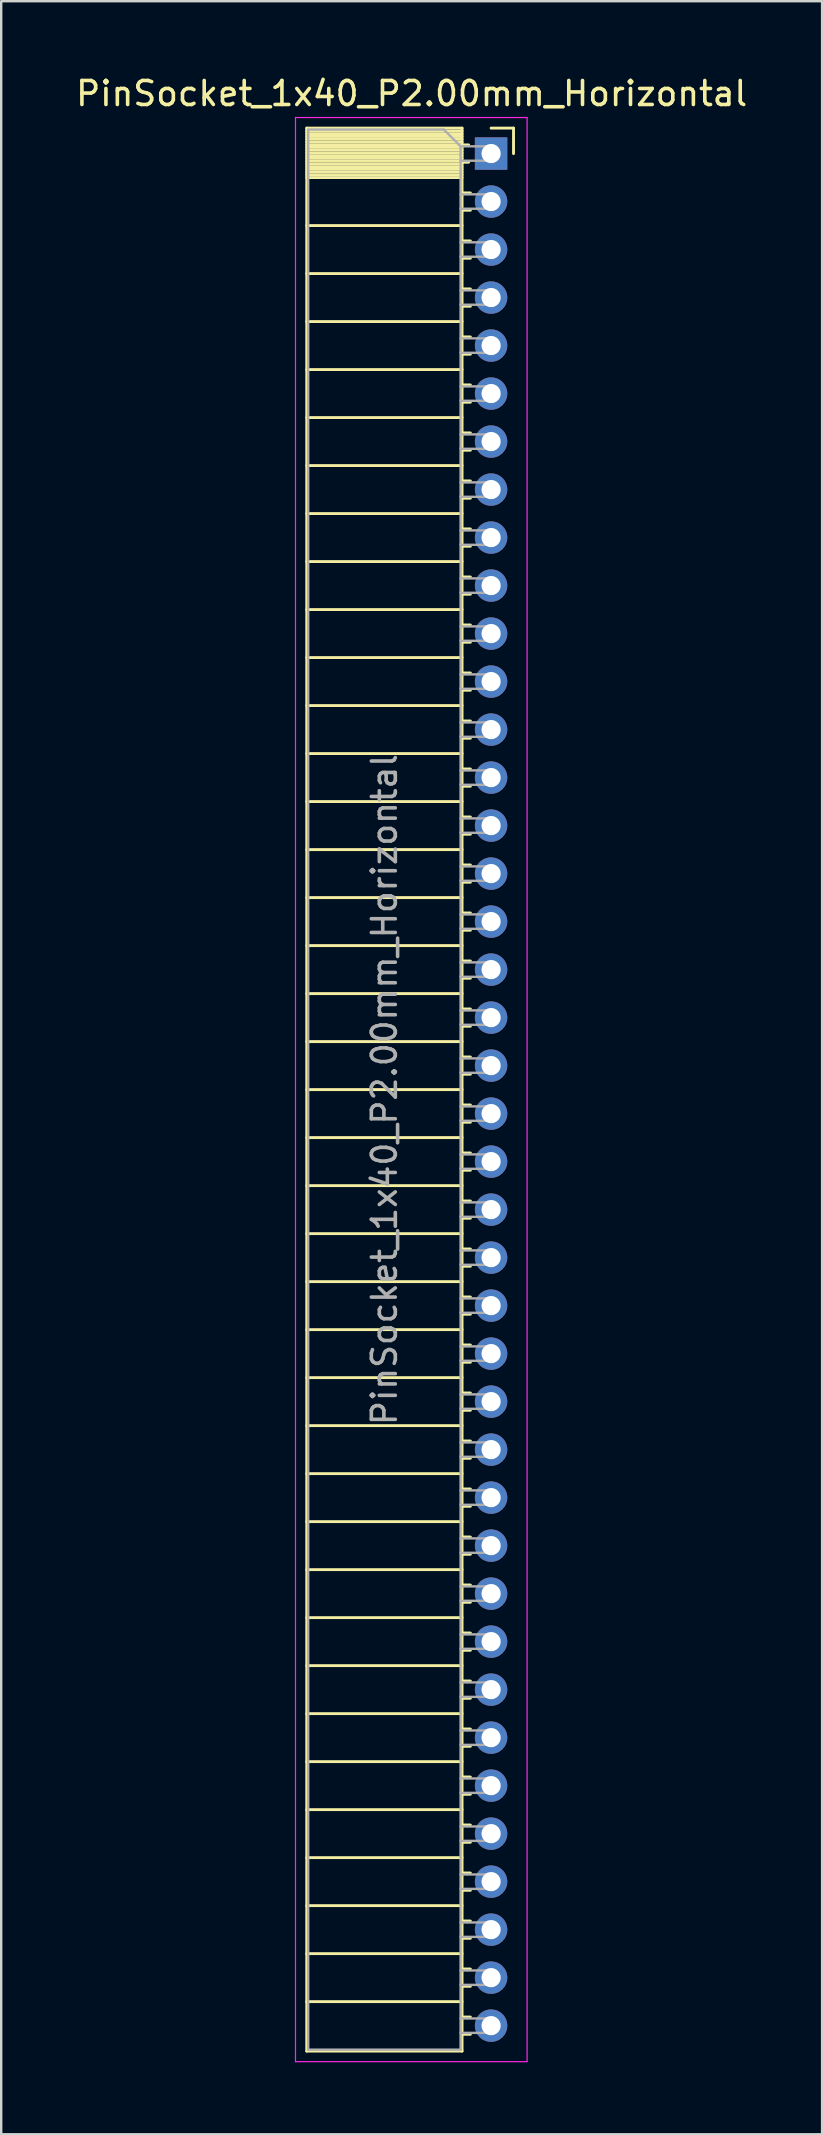
<source format=kicad_pcb>
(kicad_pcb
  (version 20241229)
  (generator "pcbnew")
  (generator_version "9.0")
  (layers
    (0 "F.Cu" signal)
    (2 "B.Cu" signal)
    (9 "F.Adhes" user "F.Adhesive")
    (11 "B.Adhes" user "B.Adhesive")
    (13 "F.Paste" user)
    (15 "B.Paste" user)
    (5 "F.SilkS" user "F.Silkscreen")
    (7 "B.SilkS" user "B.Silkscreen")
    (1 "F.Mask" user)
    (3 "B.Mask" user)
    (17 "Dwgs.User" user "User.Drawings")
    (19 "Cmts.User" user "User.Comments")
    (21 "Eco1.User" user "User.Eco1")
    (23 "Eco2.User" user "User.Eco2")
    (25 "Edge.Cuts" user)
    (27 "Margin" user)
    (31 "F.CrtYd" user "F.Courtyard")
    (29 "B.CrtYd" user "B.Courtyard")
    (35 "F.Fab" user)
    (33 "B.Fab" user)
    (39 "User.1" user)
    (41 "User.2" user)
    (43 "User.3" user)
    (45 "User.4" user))
  (footprint "PinSocket_1x40_P2.00mm_Horizontal"
    (layer "F.Cu")
    (at 17.411 3.348)
    (property "Reference" "PinSocket_1x40_P2.00mm_Horizontal" (at -3.31 -2.5 0) (layer "F.SilkS") (effects (font (size 1 1) (thickness 0.15))))
    (attr through_hole)
    (fp_line (start -7.68 -1.06) (end -7.68 79.06) (stroke (width 0.12) (type solid)) (layer "F.SilkS"))
    (fp_line (start -7.68 -1.06) (end -1.21 -1.06) (stroke (width 0.12) (type solid)) (layer "F.SilkS"))
    (fp_line (start -7.68 -0.94) (end -1.21 -0.94) (stroke (width 0.12) (type solid)) (layer "F.SilkS"))
    (fp_line (start -7.68 -0.826) (end -1.21 -0.826) (stroke (width 0.12) (type solid)) (layer "F.SilkS"))
    (fp_line (start -7.68 -0.712) (end -1.21 -0.712) (stroke (width 0.12) (type solid)) (layer "F.SilkS"))
    (fp_line (start -7.68 -0.598) (end -1.21 -0.598) (stroke (width 0.12) (type solid)) (layer "F.SilkS"))
    (fp_line (start -7.68 -0.484) (end -1.21 -0.484) (stroke (width 0.12) (type solid)) (layer "F.SilkS"))
    (fp_line (start -7.68 -0.369) (end -1.21 -0.369) (stroke (width 0.12) (type solid)) (layer "F.SilkS"))
    (fp_line (start -7.68 -0.255) (end -1.21 -0.255) (stroke (width 0.12) (type solid)) (layer "F.SilkS"))
    (fp_line (start -7.68 -0.141) (end -1.21 -0.141) (stroke (width 0.12) (type solid)) (layer "F.SilkS"))
    (fp_line (start -7.68 -0.027) (end -1.21 -0.027) (stroke (width 0.12) (type solid)) (layer "F.SilkS"))
    (fp_line (start -7.68 0.087) (end -1.21 0.087) (stroke (width 0.12) (type solid)) (layer "F.SilkS"))
    (fp_line (start -7.68 0.201) (end -1.21 0.201) (stroke (width 0.12) (type solid)) (layer "F.SilkS"))
    (fp_line (start -7.68 0.315) (end -1.21 0.315) (stroke (width 0.12) (type solid)) (layer "F.SilkS"))
    (fp_line (start -7.68 0.429) (end -1.21 0.429) (stroke (width 0.12) (type solid)) (layer "F.SilkS"))
    (fp_line (start -7.68 0.544) (end -1.21 0.544) (stroke (width 0.12) (type solid)) (layer "F.SilkS"))
    (fp_line (start -7.68 0.658) (end -1.21 0.658) (stroke (width 0.12) (type solid)) (layer "F.SilkS"))
    (fp_line (start -7.68 0.772) (end -1.21 0.772) (stroke (width 0.12) (type solid)) (layer "F.SilkS"))
    (fp_line (start -7.68 0.886) (end -1.21 0.886) (stroke (width 0.12) (type solid)) (layer "F.SilkS"))
    (fp_line (start -7.68 1) (end -1.21 1) (stroke (width 0.12) (type solid)) (layer "F.SilkS"))
    (fp_line (start -7.68 3) (end -1.21 3) (stroke (width 0.12) (type solid)) (layer "F.SilkS"))
    (fp_line (start -7.68 5) (end -1.21 5) (stroke (width 0.12) (type solid)) (layer "F.SilkS"))
    (fp_line (start -7.68 7) (end -1.21 7) (stroke (width 0.12) (type solid)) (layer "F.SilkS"))
    (fp_line (start -7.68 9) (end -1.21 9) (stroke (width 0.12) (type solid)) (layer "F.SilkS"))
    (fp_line (start -7.68 11) (end -1.21 11) (stroke (width 0.12) (type solid)) (layer "F.SilkS"))
    (fp_line (start -7.68 13) (end -1.21 13) (stroke (width 0.12) (type solid)) (layer "F.SilkS"))
    (fp_line (start -7.68 15) (end -1.21 15) (stroke (width 0.12) (type solid)) (layer "F.SilkS"))
    (fp_line (start -7.68 17) (end -1.21 17) (stroke (width 0.12) (type solid)) (layer "F.SilkS"))
    (fp_line (start -7.68 19) (end -1.21 19) (stroke (width 0.12) (type solid)) (layer "F.SilkS"))
    (fp_line (start -7.68 21) (end -1.21 21) (stroke (width 0.12) (type solid)) (layer "F.SilkS"))
    (fp_line (start -7.68 23) (end -1.21 23) (stroke (width 0.12) (type solid)) (layer "F.SilkS"))
    (fp_line (start -7.68 25) (end -1.21 25) (stroke (width 0.12) (type solid)) (layer "F.SilkS"))
    (fp_line (start -7.68 27) (end -1.21 27) (stroke (width 0.12) (type solid)) (layer "F.SilkS"))
    (fp_line (start -7.68 29) (end -1.21 29) (stroke (width 0.12) (type solid)) (layer "F.SilkS"))
    (fp_line (start -7.68 31) (end -1.21 31) (stroke (width 0.12) (type solid)) (layer "F.SilkS"))
    (fp_line (start -7.68 33) (end -1.21 33) (stroke (width 0.12) (type solid)) (layer "F.SilkS"))
    (fp_line (start -7.68 35) (end -1.21 35) (stroke (width 0.12) (type solid)) (layer "F.SilkS"))
    (fp_line (start -7.68 37) (end -1.21 37) (stroke (width 0.12) (type solid)) (layer "F.SilkS"))
    (fp_line (start -7.68 39) (end -1.21 39) (stroke (width 0.12) (type solid)) (layer "F.SilkS"))
    (fp_line (start -7.68 41) (end -1.21 41) (stroke (width 0.12) (type solid)) (layer "F.SilkS"))
    (fp_line (start -7.68 43) (end -1.21 43) (stroke (width 0.12) (type solid)) (layer "F.SilkS"))
    (fp_line (start -7.68 45) (end -1.21 45) (stroke (width 0.12) (type solid)) (layer "F.SilkS"))
    (fp_line (start -7.68 47) (end -1.21 47) (stroke (width 0.12) (type solid)) (layer "F.SilkS"))
    (fp_line (start -7.68 49) (end -1.21 49) (stroke (width 0.12) (type solid)) (layer "F.SilkS"))
    (fp_line (start -7.68 51) (end -1.21 51) (stroke (width 0.12) (type solid)) (layer "F.SilkS"))
    (fp_line (start -7.68 53) (end -1.21 53) (stroke (width 0.12) (type solid)) (layer "F.SilkS"))
    (fp_line (start -7.68 55) (end -1.21 55) (stroke (width 0.12) (type solid)) (layer "F.SilkS"))
    (fp_line (start -7.68 57) (end -1.21 57) (stroke (width 0.12) (type solid)) (layer "F.SilkS"))
    (fp_line (start -7.68 59) (end -1.21 59) (stroke (width 0.12) (type solid)) (layer "F.SilkS"))
    (fp_line (start -7.68 61) (end -1.21 61) (stroke (width 0.12) (type solid)) (layer "F.SilkS"))
    (fp_line (start -7.68 63) (end -1.21 63) (stroke (width 0.12) (type solid)) (layer "F.SilkS"))
    (fp_line (start -7.68 65) (end -1.21 65) (stroke (width 0.12) (type solid)) (layer "F.SilkS"))
    (fp_line (start -7.68 67) (end -1.21 67) (stroke (width 0.12) (type solid)) (layer "F.SilkS"))
    (fp_line (start -7.68 69) (end -1.21 69) (stroke (width 0.12) (type solid)) (layer "F.SilkS"))
    (fp_line (start -7.68 71) (end -1.21 71) (stroke (width 0.12) (type solid)) (layer "F.SilkS"))
    (fp_line (start -7.68 73) (end -1.21 73) (stroke (width 0.12) (type solid)) (layer "F.SilkS"))
    (fp_line (start -7.68 75) (end -1.21 75) (stroke (width 0.12) (type solid)) (layer "F.SilkS"))
    (fp_line (start -7.68 77) (end -1.21 77) (stroke (width 0.12) (type solid)) (layer "F.SilkS"))
    (fp_line (start -7.68 79.06) (end -1.21 79.06) (stroke (width 0.12) (type solid)) (layer "F.SilkS"))
    (fp_line (start -1.21 -1.06) (end -1.21 79.06) (stroke (width 0.12) (type solid)) (layer "F.SilkS"))
    (fp_line (start -1.21 -0.36) (end -0.935 -0.36) (stroke (width 0.12) (type solid)) (layer "F.SilkS"))
    (fp_line (start -1.21 0.36) (end -0.935 0.36) (stroke (width 0.12) (type solid)) (layer "F.SilkS"))
    (fp_line (start -1.21 1.64) (end -0.863 1.64) (stroke (width 0.12) (type solid)) (layer "F.SilkS"))
    (fp_line (start -1.21 2.36) (end -0.863 2.36) (stroke (width 0.12) (type solid)) (layer "F.SilkS"))
    (fp_line (start -1.21 3.64) (end -0.863 3.64) (stroke (width 0.12) (type solid)) (layer "F.SilkS"))
    (fp_line (start -1.21 4.36) (end -0.863 4.36) (stroke (width 0.12) (type solid)) (layer "F.SilkS"))
    (fp_line (start -1.21 5.64) (end -0.863 5.64) (stroke (width 0.12) (type solid)) (layer "F.SilkS"))
    (fp_line (start -1.21 6.36) (end -0.863 6.36) (stroke (width 0.12) (type solid)) (layer "F.SilkS"))
    (fp_line (start -1.21 7.64) (end -0.863 7.64) (stroke (width 0.12) (type solid)) (layer "F.SilkS"))
    (fp_line (start -1.21 8.36) (end -0.863 8.36) (stroke (width 0.12) (type solid)) (layer "F.SilkS"))
    (fp_line (start -1.21 9.64) (end -0.863 9.64) (stroke (width 0.12) (type solid)) (layer "F.SilkS"))
    (fp_line (start -1.21 10.36) (end -0.863 10.36) (stroke (width 0.12) (type solid)) (layer "F.SilkS"))
    (fp_line (start -1.21 11.64) (end -0.863 11.64) (stroke (width 0.12) (type solid)) (layer "F.SilkS"))
    (fp_line (start -1.21 12.36) (end -0.863 12.36) (stroke (width 0.12) (type solid)) (layer "F.SilkS"))
    (fp_line (start -1.21 13.64) (end -0.863 13.64) (stroke (width 0.12) (type solid)) (layer "F.SilkS"))
    (fp_line (start -1.21 14.36) (end -0.863 14.36) (stroke (width 0.12) (type solid)) (layer "F.SilkS"))
    (fp_line (start -1.21 15.64) (end -0.863 15.64) (stroke (width 0.12) (type solid)) (layer "F.SilkS"))
    (fp_line (start -1.21 16.36) (end -0.863 16.36) (stroke (width 0.12) (type solid)) (layer "F.SilkS"))
    (fp_line (start -1.21 17.64) (end -0.863 17.64) (stroke (width 0.12) (type solid)) (layer "F.SilkS"))
    (fp_line (start -1.21 18.36) (end -0.863 18.36) (stroke (width 0.12) (type solid)) (layer "F.SilkS"))
    (fp_line (start -1.21 19.64) (end -0.863 19.64) (stroke (width 0.12) (type solid)) (layer "F.SilkS"))
    (fp_line (start -1.21 20.36) (end -0.863 20.36) (stroke (width 0.12) (type solid)) (layer "F.SilkS"))
    (fp_line (start -1.21 21.64) (end -0.863 21.64) (stroke (width 0.12) (type solid)) (layer "F.SilkS"))
    (fp_line (start -1.21 22.36) (end -0.863 22.36) (stroke (width 0.12) (type solid)) (layer "F.SilkS"))
    (fp_line (start -1.21 23.64) (end -0.863 23.64) (stroke (width 0.12) (type solid)) (layer "F.SilkS"))
    (fp_line (start -1.21 24.36) (end -0.863 24.36) (stroke (width 0.12) (type solid)) (layer "F.SilkS"))
    (fp_line (start -1.21 25.64) (end -0.863 25.64) (stroke (width 0.12) (type solid)) (layer "F.SilkS"))
    (fp_line (start -1.21 26.36) (end -0.863 26.36) (stroke (width 0.12) (type solid)) (layer "F.SilkS"))
    (fp_line (start -1.21 27.64) (end -0.863 27.64) (stroke (width 0.12) (type solid)) (layer "F.SilkS"))
    (fp_line (start -1.21 28.36) (end -0.863 28.36) (stroke (width 0.12) (type solid)) (layer "F.SilkS"))
    (fp_line (start -1.21 29.64) (end -0.863 29.64) (stroke (width 0.12) (type solid)) (layer "F.SilkS"))
    (fp_line (start -1.21 30.36) (end -0.863 30.36) (stroke (width 0.12) (type solid)) (layer "F.SilkS"))
    (fp_line (start -1.21 31.64) (end -0.863 31.64) (stroke (width 0.12) (type solid)) (layer "F.SilkS"))
    (fp_line (start -1.21 32.36) (end -0.863 32.36) (stroke (width 0.12) (type solid)) (layer "F.SilkS"))
    (fp_line (start -1.21 33.64) (end -0.863 33.64) (stroke (width 0.12) (type solid)) (layer "F.SilkS"))
    (fp_line (start -1.21 34.36) (end -0.863 34.36) (stroke (width 0.12) (type solid)) (layer "F.SilkS"))
    (fp_line (start -1.21 35.64) (end -0.863 35.64) (stroke (width 0.12) (type solid)) (layer "F.SilkS"))
    (fp_line (start -1.21 36.36) (end -0.863 36.36) (stroke (width 0.12) (type solid)) (layer "F.SilkS"))
    (fp_line (start -1.21 37.64) (end -0.863 37.64) (stroke (width 0.12) (type solid)) (layer "F.SilkS"))
    (fp_line (start -1.21 38.36) (end -0.863 38.36) (stroke (width 0.12) (type solid)) (layer "F.SilkS"))
    (fp_line (start -1.21 39.64) (end -0.863 39.64) (stroke (width 0.12) (type solid)) (layer "F.SilkS"))
    (fp_line (start -1.21 40.36) (end -0.863 40.36) (stroke (width 0.12) (type solid)) (layer "F.SilkS"))
    (fp_line (start -1.21 41.64) (end -0.863 41.64) (stroke (width 0.12) (type solid)) (layer "F.SilkS"))
    (fp_line (start -1.21 42.36) (end -0.863 42.36) (stroke (width 0.12) (type solid)) (layer "F.SilkS"))
    (fp_line (start -1.21 43.64) (end -0.863 43.64) (stroke (width 0.12) (type solid)) (layer "F.SilkS"))
    (fp_line (start -1.21 44.36) (end -0.863 44.36) (stroke (width 0.12) (type solid)) (layer "F.SilkS"))
    (fp_line (start -1.21 45.64) (end -0.863 45.64) (stroke (width 0.12) (type solid)) (layer "F.SilkS"))
    (fp_line (start -1.21 46.36) (end -0.863 46.36) (stroke (width 0.12) (type solid)) (layer "F.SilkS"))
    (fp_line (start -1.21 47.64) (end -0.863 47.64) (stroke (width 0.12) (type solid)) (layer "F.SilkS"))
    (fp_line (start -1.21 48.36) (end -0.863 48.36) (stroke (width 0.12) (type solid)) (layer "F.SilkS"))
    (fp_line (start -1.21 49.64) (end -0.863 49.64) (stroke (width 0.12) (type solid)) (layer "F.SilkS"))
    (fp_line (start -1.21 50.36) (end -0.863 50.36) (stroke (width 0.12) (type solid)) (layer "F.SilkS"))
    (fp_line (start -1.21 51.64) (end -0.863 51.64) (stroke (width 0.12) (type solid)) (layer "F.SilkS"))
    (fp_line (start -1.21 52.36) (end -0.863 52.36) (stroke (width 0.12) (type solid)) (layer "F.SilkS"))
    (fp_line (start -1.21 53.64) (end -0.863 53.64) (stroke (width 0.12) (type solid)) (layer "F.SilkS"))
    (fp_line (start -1.21 54.36) (end -0.863 54.36) (stroke (width 0.12) (type solid)) (layer "F.SilkS"))
    (fp_line (start -1.21 55.64) (end -0.863 55.64) (stroke (width 0.12) (type solid)) (layer "F.SilkS"))
    (fp_line (start -1.21 56.36) (end -0.863 56.36) (stroke (width 0.12) (type solid)) (layer "F.SilkS"))
    (fp_line (start -1.21 57.64) (end -0.863 57.64) (stroke (width 0.12) (type solid)) (layer "F.SilkS"))
    (fp_line (start -1.21 58.36) (end -0.863 58.36) (stroke (width 0.12) (type solid)) (layer "F.SilkS"))
    (fp_line (start -1.21 59.64) (end -0.863 59.64) (stroke (width 0.12) (type solid)) (layer "F.SilkS"))
    (fp_line (start -1.21 60.36) (end -0.863 60.36) (stroke (width 0.12) (type solid)) (layer "F.SilkS"))
    (fp_line (start -1.21 61.64) (end -0.863 61.64) (stroke (width 0.12) (type solid)) (layer "F.SilkS"))
    (fp_line (start -1.21 62.36) (end -0.863 62.36) (stroke (width 0.12) (type solid)) (layer "F.SilkS"))
    (fp_line (start -1.21 63.64) (end -0.863 63.64) (stroke (width 0.12) (type solid)) (layer "F.SilkS"))
    (fp_line (start -1.21 64.36) (end -0.863 64.36) (stroke (width 0.12) (type solid)) (layer "F.SilkS"))
    (fp_line (start -1.21 65.64) (end -0.863 65.64) (stroke (width 0.12) (type solid)) (layer "F.SilkS"))
    (fp_line (start -1.21 66.36) (end -0.863 66.36) (stroke (width 0.12) (type solid)) (layer "F.SilkS"))
    (fp_line (start -1.21 67.64) (end -0.863 67.64) (stroke (width 0.12) (type solid)) (layer "F.SilkS"))
    (fp_line (start -1.21 68.36) (end -0.863 68.36) (stroke (width 0.12) (type solid)) (layer "F.SilkS"))
    (fp_line (start -1.21 69.64) (end -0.863 69.64) (stroke (width 0.12) (type solid)) (layer "F.SilkS"))
    (fp_line (start -1.21 70.36) (end -0.863 70.36) (stroke (width 0.12) (type solid)) (layer "F.SilkS"))
    (fp_line (start -1.21 71.64) (end -0.863 71.64) (stroke (width 0.12) (type solid)) (layer "F.SilkS"))
    (fp_line (start -1.21 72.36) (end -0.863 72.36) (stroke (width 0.12) (type solid)) (layer "F.SilkS"))
    (fp_line (start -1.21 73.64) (end -0.863 73.64) (stroke (width 0.12) (type solid)) (layer "F.SilkS"))
    (fp_line (start -1.21 74.36) (end -0.863 74.36) (stroke (width 0.12) (type solid)) (layer "F.SilkS"))
    (fp_line (start -1.21 75.64) (end -0.863 75.64) (stroke (width 0.12) (type solid)) (layer "F.SilkS"))
    (fp_line (start -1.21 76.36) (end -0.863 76.36) (stroke (width 0.12) (type solid)) (layer "F.SilkS"))
    (fp_line (start -1.21 77.64) (end -0.863 77.64) (stroke (width 0.12) (type solid)) (layer "F.SilkS"))
    (fp_line (start -1.21 78.36) (end -0.863 78.36) (stroke (width 0.12) (type solid)) (layer "F.SilkS"))
    (fp_line (start 0 -1.06) (end 0.935 -1.06) (stroke (width 0.12) (type solid)) (layer "F.SilkS"))
    (fp_line (start 0.935 -1.06) (end 0.935 0) (stroke (width 0.12) (type solid)) (layer "F.SilkS"))
    (fp_line (start -8.15 -1.5) (end -8.15 79.5) (stroke (width 0.05) (type solid)) (layer "F.CrtYd"))
    (fp_line (start -8.15 79.5) (end 1.5 79.5) (stroke (width 0.05) (type solid)) (layer "F.CrtYd"))
    (fp_line (start 1.5 -1.5) (end -8.15 -1.5) (stroke (width 0.05) (type solid)) (layer "F.CrtYd"))
    (fp_line (start 1.5 79.5) (end 1.5 -1.5) (stroke (width 0.05) (type solid)) (layer "F.CrtYd"))
    (fp_line (start -7.62 -1) (end -1.97 -1) (stroke (width 0.1) (type solid)) (layer "F.Fab"))
    (fp_line (start -7.62 79) (end -7.62 -1) (stroke (width 0.1) (type solid)) (layer "F.Fab"))
    (fp_line (start -1.97 -1) (end -1.27 -0.3) (stroke (width 0.1) (type solid)) (layer "F.Fab"))
    (fp_line (start -1.27 -0.3) (end -1.27 79) (stroke (width 0.1) (type solid)) (layer "F.Fab"))
    (fp_line (start -1.27 0.3) (end 0 0.3) (stroke (width 0.1) (type solid)) (layer "F.Fab"))
    (fp_line (start -1.27 2.3) (end 0 2.3) (stroke (width 0.1) (type solid)) (layer "F.Fab"))
    (fp_line (start -1.27 4.3) (end 0 4.3) (stroke (width 0.1) (type solid)) (layer "F.Fab"))
    (fp_line (start -1.27 6.3) (end 0 6.3) (stroke (width 0.1) (type solid)) (layer "F.Fab"))
    (fp_line (start -1.27 8.3) (end 0 8.3) (stroke (width 0.1) (type solid)) (layer "F.Fab"))
    (fp_line (start -1.27 10.3) (end 0 10.3) (stroke (width 0.1) (type solid)) (layer "F.Fab"))
    (fp_line (start -1.27 12.3) (end 0 12.3) (stroke (width 0.1) (type solid)) (layer "F.Fab"))
    (fp_line (start -1.27 14.3) (end 0 14.3) (stroke (width 0.1) (type solid)) (layer "F.Fab"))
    (fp_line (start -1.27 16.3) (end 0 16.3) (stroke (width 0.1) (type solid)) (layer "F.Fab"))
    (fp_line (start -1.27 18.3) (end 0 18.3) (stroke (width 0.1) (type solid)) (layer "F.Fab"))
    (fp_line (start -1.27 20.3) (end 0 20.3) (stroke (width 0.1) (type solid)) (layer "F.Fab"))
    (fp_line (start -1.27 22.3) (end 0 22.3) (stroke (width 0.1) (type solid)) (layer "F.Fab"))
    (fp_line (start -1.27 24.3) (end 0 24.3) (stroke (width 0.1) (type solid)) (layer "F.Fab"))
    (fp_line (start -1.27 26.3) (end 0 26.3) (stroke (width 0.1) (type solid)) (layer "F.Fab"))
    (fp_line (start -1.27 28.3) (end 0 28.3) (stroke (width 0.1) (type solid)) (layer "F.Fab"))
    (fp_line (start -1.27 30.3) (end 0 30.3) (stroke (width 0.1) (type solid)) (layer "F.Fab"))
    (fp_line (start -1.27 32.3) (end 0 32.3) (stroke (width 0.1) (type solid)) (layer "F.Fab"))
    (fp_line (start -1.27 34.3) (end 0 34.3) (stroke (width 0.1) (type solid)) (layer "F.Fab"))
    (fp_line (start -1.27 36.3) (end 0 36.3) (stroke (width 0.1) (type solid)) (layer "F.Fab"))
    (fp_line (start -1.27 38.3) (end 0 38.3) (stroke (width 0.1) (type solid)) (layer "F.Fab"))
    (fp_line (start -1.27 40.3) (end 0 40.3) (stroke (width 0.1) (type solid)) (layer "F.Fab"))
    (fp_line (start -1.27 42.3) (end 0 42.3) (stroke (width 0.1) (type solid)) (layer "F.Fab"))
    (fp_line (start -1.27 44.3) (end 0 44.3) (stroke (width 0.1) (type solid)) (layer "F.Fab"))
    (fp_line (start -1.27 46.3) (end 0 46.3) (stroke (width 0.1) (type solid)) (layer "F.Fab"))
    (fp_line (start -1.27 48.3) (end 0 48.3) (stroke (width 0.1) (type solid)) (layer "F.Fab"))
    (fp_line (start -1.27 50.3) (end 0 50.3) (stroke (width 0.1) (type solid)) (layer "F.Fab"))
    (fp_line (start -1.27 52.3) (end 0 52.3) (stroke (width 0.1) (type solid)) (layer "F.Fab"))
    (fp_line (start -1.27 54.3) (end 0 54.3) (stroke (width 0.1) (type solid)) (layer "F.Fab"))
    (fp_line (start -1.27 56.3) (end 0 56.3) (stroke (width 0.1) (type solid)) (layer "F.Fab"))
    (fp_line (start -1.27 58.3) (end 0 58.3) (stroke (width 0.1) (type solid)) (layer "F.Fab"))
    (fp_line (start -1.27 60.3) (end 0 60.3) (stroke (width 0.1) (type solid)) (layer "F.Fab"))
    (fp_line (start -1.27 62.3) (end 0 62.3) (stroke (width 0.1) (type solid)) (layer "F.Fab"))
    (fp_line (start -1.27 64.3) (end 0 64.3) (stroke (width 0.1) (type solid)) (layer "F.Fab"))
    (fp_line (start -1.27 66.3) (end 0 66.3) (stroke (width 0.1) (type solid)) (layer "F.Fab"))
    (fp_line (start -1.27 68.3) (end 0 68.3) (stroke (width 0.1) (type solid)) (layer "F.Fab"))
    (fp_line (start -1.27 70.3) (end 0 70.3) (stroke (width 0.1) (type solid)) (layer "F.Fab"))
    (fp_line (start -1.27 72.3) (end 0 72.3) (stroke (width 0.1) (type solid)) (layer "F.Fab"))
    (fp_line (start -1.27 74.3) (end 0 74.3) (stroke (width 0.1) (type solid)) (layer "F.Fab"))
    (fp_line (start -1.27 76.3) (end 0 76.3) (stroke (width 0.1) (type solid)) (layer "F.Fab"))
    (fp_line (start -1.27 78.3) (end 0 78.3) (stroke (width 0.1) (type solid)) (layer "F.Fab"))
    (fp_line (start -1.27 79) (end -7.62 79) (stroke (width 0.1) (type solid)) (layer "F.Fab"))
    (fp_line (start 0 -0.3) (end -1.27 -0.3) (stroke (width 0.1) (type solid)) (layer "F.Fab"))
    (fp_line (start 0 0.3) (end 0 -0.3) (stroke (width 0.1) (type solid)) (layer "F.Fab"))
    (fp_line (start 0 1.7) (end -1.27 1.7) (stroke (width 0.1) (type solid)) (layer "F.Fab"))
    (fp_line (start 0 2.3) (end 0 1.7) (stroke (width 0.1) (type solid)) (layer "F.Fab"))
    (fp_line (start 0 3.7) (end -1.27 3.7) (stroke (width 0.1) (type solid)) (layer "F.Fab"))
    (fp_line (start 0 4.3) (end 0 3.7) (stroke (width 0.1) (type solid)) (layer "F.Fab"))
    (fp_line (start 0 5.7) (end -1.27 5.7) (stroke (width 0.1) (type solid)) (layer "F.Fab"))
    (fp_line (start 0 6.3) (end 0 5.7) (stroke (width 0.1) (type solid)) (layer "F.Fab"))
    (fp_line (start 0 7.7) (end -1.27 7.7) (stroke (width 0.1) (type solid)) (layer "F.Fab"))
    (fp_line (start 0 8.3) (end 0 7.7) (stroke (width 0.1) (type solid)) (layer "F.Fab"))
    (fp_line (start 0 9.7) (end -1.27 9.7) (stroke (width 0.1) (type solid)) (layer "F.Fab"))
    (fp_line (start 0 10.3) (end 0 9.7) (stroke (width 0.1) (type solid)) (layer "F.Fab"))
    (fp_line (start 0 11.7) (end -1.27 11.7) (stroke (width 0.1) (type solid)) (layer "F.Fab"))
    (fp_line (start 0 12.3) (end 0 11.7) (stroke (width 0.1) (type solid)) (layer "F.Fab"))
    (fp_line (start 0 13.7) (end -1.27 13.7) (stroke (width 0.1) (type solid)) (layer "F.Fab"))
    (fp_line (start 0 14.3) (end 0 13.7) (stroke (width 0.1) (type solid)) (layer "F.Fab"))
    (fp_line (start 0 15.7) (end -1.27 15.7) (stroke (width 0.1) (type solid)) (layer "F.Fab"))
    (fp_line (start 0 16.3) (end 0 15.7) (stroke (width 0.1) (type solid)) (layer "F.Fab"))
    (fp_line (start 0 17.7) (end -1.27 17.7) (stroke (width 0.1) (type solid)) (layer "F.Fab"))
    (fp_line (start 0 18.3) (end 0 17.7) (stroke (width 0.1) (type solid)) (layer "F.Fab"))
    (fp_line (start 0 19.7) (end -1.27 19.7) (stroke (width 0.1) (type solid)) (layer "F.Fab"))
    (fp_line (start 0 20.3) (end 0 19.7) (stroke (width 0.1) (type solid)) (layer "F.Fab"))
    (fp_line (start 0 21.7) (end -1.27 21.7) (stroke (width 0.1) (type solid)) (layer "F.Fab"))
    (fp_line (start 0 22.3) (end 0 21.7) (stroke (width 0.1) (type solid)) (layer "F.Fab"))
    (fp_line (start 0 23.7) (end -1.27 23.7) (stroke (width 0.1) (type solid)) (layer "F.Fab"))
    (fp_line (start 0 24.3) (end 0 23.7) (stroke (width 0.1) (type solid)) (layer "F.Fab"))
    (fp_line (start 0 25.7) (end -1.27 25.7) (stroke (width 0.1) (type solid)) (layer "F.Fab"))
    (fp_line (start 0 26.3) (end 0 25.7) (stroke (width 0.1) (type solid)) (layer "F.Fab"))
    (fp_line (start 0 27.7) (end -1.27 27.7) (stroke (width 0.1) (type solid)) (layer "F.Fab"))
    (fp_line (start 0 28.3) (end 0 27.7) (stroke (width 0.1) (type solid)) (layer "F.Fab"))
    (fp_line (start 0 29.7) (end -1.27 29.7) (stroke (width 0.1) (type solid)) (layer "F.Fab"))
    (fp_line (start 0 30.3) (end 0 29.7) (stroke (width 0.1) (type solid)) (layer "F.Fab"))
    (fp_line (start 0 31.7) (end -1.27 31.7) (stroke (width 0.1) (type solid)) (layer "F.Fab"))
    (fp_line (start 0 32.3) (end 0 31.7) (stroke (width 0.1) (type solid)) (layer "F.Fab"))
    (fp_line (start 0 33.7) (end -1.27 33.7) (stroke (width 0.1) (type solid)) (layer "F.Fab"))
    (fp_line (start 0 34.3) (end 0 33.7) (stroke (width 0.1) (type solid)) (layer "F.Fab"))
    (fp_line (start 0 35.7) (end -1.27 35.7) (stroke (width 0.1) (type solid)) (layer "F.Fab"))
    (fp_line (start 0 36.3) (end 0 35.7) (stroke (width 0.1) (type solid)) (layer "F.Fab"))
    (fp_line (start 0 37.7) (end -1.27 37.7) (stroke (width 0.1) (type solid)) (layer "F.Fab"))
    (fp_line (start 0 38.3) (end 0 37.7) (stroke (width 0.1) (type solid)) (layer "F.Fab"))
    (fp_line (start 0 39.7) (end -1.27 39.7) (stroke (width 0.1) (type solid)) (layer "F.Fab"))
    (fp_line (start 0 40.3) (end 0 39.7) (stroke (width 0.1) (type solid)) (layer "F.Fab"))
    (fp_line (start 0 41.7) (end -1.27 41.7) (stroke (width 0.1) (type solid)) (layer "F.Fab"))
    (fp_line (start 0 42.3) (end 0 41.7) (stroke (width 0.1) (type solid)) (layer "F.Fab"))
    (fp_line (start 0 43.7) (end -1.27 43.7) (stroke (width 0.1) (type solid)) (layer "F.Fab"))
    (fp_line (start 0 44.3) (end 0 43.7) (stroke (width 0.1) (type solid)) (layer "F.Fab"))
    (fp_line (start 0 45.7) (end -1.27 45.7) (stroke (width 0.1) (type solid)) (layer "F.Fab"))
    (fp_line (start 0 46.3) (end 0 45.7) (stroke (width 0.1) (type solid)) (layer "F.Fab"))
    (fp_line (start 0 47.7) (end -1.27 47.7) (stroke (width 0.1) (type solid)) (layer "F.Fab"))
    (fp_line (start 0 48.3) (end 0 47.7) (stroke (width 0.1) (type solid)) (layer "F.Fab"))
    (fp_line (start 0 49.7) (end -1.27 49.7) (stroke (width 0.1) (type solid)) (layer "F.Fab"))
    (fp_line (start 0 50.3) (end 0 49.7) (stroke (width 0.1) (type solid)) (layer "F.Fab"))
    (fp_line (start 0 51.7) (end -1.27 51.7) (stroke (width 0.1) (type solid)) (layer "F.Fab"))
    (fp_line (start 0 52.3) (end 0 51.7) (stroke (width 0.1) (type solid)) (layer "F.Fab"))
    (fp_line (start 0 53.7) (end -1.27 53.7) (stroke (width 0.1) (type solid)) (layer "F.Fab"))
    (fp_line (start 0 54.3) (end 0 53.7) (stroke (width 0.1) (type solid)) (layer "F.Fab"))
    (fp_line (start 0 55.7) (end -1.27 55.7) (stroke (width 0.1) (type solid)) (layer "F.Fab"))
    (fp_line (start 0 56.3) (end 0 55.7) (stroke (width 0.1) (type solid)) (layer "F.Fab"))
    (fp_line (start 0 57.7) (end -1.27 57.7) (stroke (width 0.1) (type solid)) (layer "F.Fab"))
    (fp_line (start 0 58.3) (end 0 57.7) (stroke (width 0.1) (type solid)) (layer "F.Fab"))
    (fp_line (start 0 59.7) (end -1.27 59.7) (stroke (width 0.1) (type solid)) (layer "F.Fab"))
    (fp_line (start 0 60.3) (end 0 59.7) (stroke (width 0.1) (type solid)) (layer "F.Fab"))
    (fp_line (start 0 61.7) (end -1.27 61.7) (stroke (width 0.1) (type solid)) (layer "F.Fab"))
    (fp_line (start 0 62.3) (end 0 61.7) (stroke (width 0.1) (type solid)) (layer "F.Fab"))
    (fp_line (start 0 63.7) (end -1.27 63.7) (stroke (width 0.1) (type solid)) (layer "F.Fab"))
    (fp_line (start 0 64.3) (end 0 63.7) (stroke (width 0.1) (type solid)) (layer "F.Fab"))
    (fp_line (start 0 65.7) (end -1.27 65.7) (stroke (width 0.1) (type solid)) (layer "F.Fab"))
    (fp_line (start 0 66.3) (end 0 65.7) (stroke (width 0.1) (type solid)) (layer "F.Fab"))
    (fp_line (start 0 67.7) (end -1.27 67.7) (stroke (width 0.1) (type solid)) (layer "F.Fab"))
    (fp_line (start 0 68.3) (end 0 67.7) (stroke (width 0.1) (type solid)) (layer "F.Fab"))
    (fp_line (start 0 69.7) (end -1.27 69.7) (stroke (width 0.1) (type solid)) (layer "F.Fab"))
    (fp_line (start 0 70.3) (end 0 69.7) (stroke (width 0.1) (type solid)) (layer "F.Fab"))
    (fp_line (start 0 71.7) (end -1.27 71.7) (stroke (width 0.1) (type solid)) (layer "F.Fab"))
    (fp_line (start 0 72.3) (end 0 71.7) (stroke (width 0.1) (type solid)) (layer "F.Fab"))
    (fp_line (start 0 73.7) (end -1.27 73.7) (stroke (width 0.1) (type solid)) (layer "F.Fab"))
    (fp_line (start 0 74.3) (end 0 73.7) (stroke (width 0.1) (type solid)) (layer "F.Fab"))
    (fp_line (start 0 75.7) (end -1.27 75.7) (stroke (width 0.1) (type solid)) (layer "F.Fab"))
    (fp_line (start 0 76.3) (end 0 75.7) (stroke (width 0.1) (type solid)) (layer "F.Fab"))
    (fp_line (start 0 77.7) (end -1.27 77.7) (stroke (width 0.1) (type solid)) (layer "F.Fab"))
    (fp_line (start 0 78.3) (end 0 77.7) (stroke (width 0.1) (type solid)) (layer "F.Fab"))
    (fp_text user "${REFERENCE}" (at -4.445 39 90) (layer "F.Fab") (effects (font (size 1 1) (thickness 0.15))))
    (pad "1" thru_hole rect (at 0 0) (size 1.35 1.35) (drill 0.8) (layers "*.Cu" "*.Mask"))
    (pad "2" thru_hole circle (at 0 2) (size 1.35 1.35) (drill 0.8) (layers "*.Cu" "*.Mask"))
    (pad "3" thru_hole circle (at 0 4) (size 1.35 1.35) (drill 0.8) (layers "*.Cu" "*.Mask"))
    (pad "4" thru_hole circle (at 0 6) (size 1.35 1.35) (drill 0.8) (layers "*.Cu" "*.Mask"))
    (pad "5" thru_hole circle (at 0 8) (size 1.35 1.35) (drill 0.8) (layers "*.Cu" "*.Mask"))
    (pad "6" thru_hole circle (at 0 10) (size 1.35 1.35) (drill 0.8) (layers "*.Cu" "*.Mask"))
    (pad "7" thru_hole circle (at 0 12) (size 1.35 1.35) (drill 0.8) (layers "*.Cu" "*.Mask"))
    (pad "8" thru_hole circle (at 0 14) (size 1.35 1.35) (drill 0.8) (layers "*.Cu" "*.Mask"))
    (pad "9" thru_hole circle (at 0 16) (size 1.35 1.35) (drill 0.8) (layers "*.Cu" "*.Mask"))
    (pad "10" thru_hole circle (at 0 18) (size 1.35 1.35) (drill 0.8) (layers "*.Cu" "*.Mask"))
    (pad "11" thru_hole circle (at 0 20) (size 1.35 1.35) (drill 0.8) (layers "*.Cu" "*.Mask"))
    (pad "12" thru_hole circle (at 0 22) (size 1.35 1.35) (drill 0.8) (layers "*.Cu" "*.Mask"))
    (pad "13" thru_hole circle (at 0 24) (size 1.35 1.35) (drill 0.8) (layers "*.Cu" "*.Mask"))
    (pad "14" thru_hole circle (at 0 26) (size 1.35 1.35) (drill 0.8) (layers "*.Cu" "*.Mask"))
    (pad "15" thru_hole circle (at 0 28) (size 1.35 1.35) (drill 0.8) (layers "*.Cu" "*.Mask"))
    (pad "16" thru_hole circle (at 0 30) (size 1.35 1.35) (drill 0.8) (layers "*.Cu" "*.Mask"))
    (pad "17" thru_hole circle (at 0 32) (size 1.35 1.35) (drill 0.8) (layers "*.Cu" "*.Mask"))
    (pad "18" thru_hole circle (at 0 34) (size 1.35 1.35) (drill 0.8) (layers "*.Cu" "*.Mask"))
    (pad "19" thru_hole circle (at 0 36) (size 1.35 1.35) (drill 0.8) (layers "*.Cu" "*.Mask"))
    (pad "20" thru_hole circle (at 0 38) (size 1.35 1.35) (drill 0.8) (layers "*.Cu" "*.Mask"))
    (pad "21" thru_hole circle (at 0 40) (size 1.35 1.35) (drill 0.8) (layers "*.Cu" "*.Mask"))
    (pad "22" thru_hole circle (at 0 42) (size 1.35 1.35) (drill 0.8) (layers "*.Cu" "*.Mask"))
    (pad "23" thru_hole circle (at 0 44) (size 1.35 1.35) (drill 0.8) (layers "*.Cu" "*.Mask"))
    (pad "24" thru_hole circle (at 0 46) (size 1.35 1.35) (drill 0.8) (layers "*.Cu" "*.Mask"))
    (pad "25" thru_hole circle (at 0 48) (size 1.35 1.35) (drill 0.8) (layers "*.Cu" "*.Mask"))
    (pad "26" thru_hole circle (at 0 50) (size 1.35 1.35) (drill 0.8) (layers "*.Cu" "*.Mask"))
    (pad "27" thru_hole circle (at 0 52) (size 1.35 1.35) (drill 0.8) (layers "*.Cu" "*.Mask"))
    (pad "28" thru_hole circle (at 0 54) (size 1.35 1.35) (drill 0.8) (layers "*.Cu" "*.Mask"))
    (pad "29" thru_hole circle (at 0 56) (size 1.35 1.35) (drill 0.8) (layers "*.Cu" "*.Mask"))
    (pad "30" thru_hole circle (at 0 58) (size 1.35 1.35) (drill 0.8) (layers "*.Cu" "*.Mask"))
    (pad "31" thru_hole circle (at 0 60) (size 1.35 1.35) (drill 0.8) (layers "*.Cu" "*.Mask"))
    (pad "32" thru_hole circle (at 0 62) (size 1.35 1.35) (drill 0.8) (layers "*.Cu" "*.Mask"))
    (pad "33" thru_hole circle (at 0 64) (size 1.35 1.35) (drill 0.8) (layers "*.Cu" "*.Mask"))
    (pad "34" thru_hole circle (at 0 66) (size 1.35 1.35) (drill 0.8) (layers "*.Cu" "*.Mask"))
    (pad "35" thru_hole circle (at 0 68) (size 1.35 1.35) (drill 0.8) (layers "*.Cu" "*.Mask"))
    (pad "36" thru_hole circle (at 0 70) (size 1.35 1.35) (drill 0.8) (layers "*.Cu" "*.Mask"))
    (pad "37" thru_hole circle (at 0 72) (size 1.35 1.35) (drill 0.8) (layers "*.Cu" "*.Mask"))
    (pad "38" thru_hole circle (at 0 74) (size 1.35 1.35) (drill 0.8) (layers "*.Cu" "*.Mask"))
    (pad "39" thru_hole circle (at 0 76) (size 1.35 1.35) (drill 0.8) (layers "*.Cu" "*.Mask"))
    (pad "40" thru_hole circle (at 0 78) (size 1.35 1.35) (drill 0.8) (layers "*.Cu" "*.Mask")))
  (gr_rect
    (start -3 -3)
    (end 31.202 85.873)
    (stroke (width 0.1) (type default))
    (fill no)
    (layer "Edge.Cuts")))
</source>
